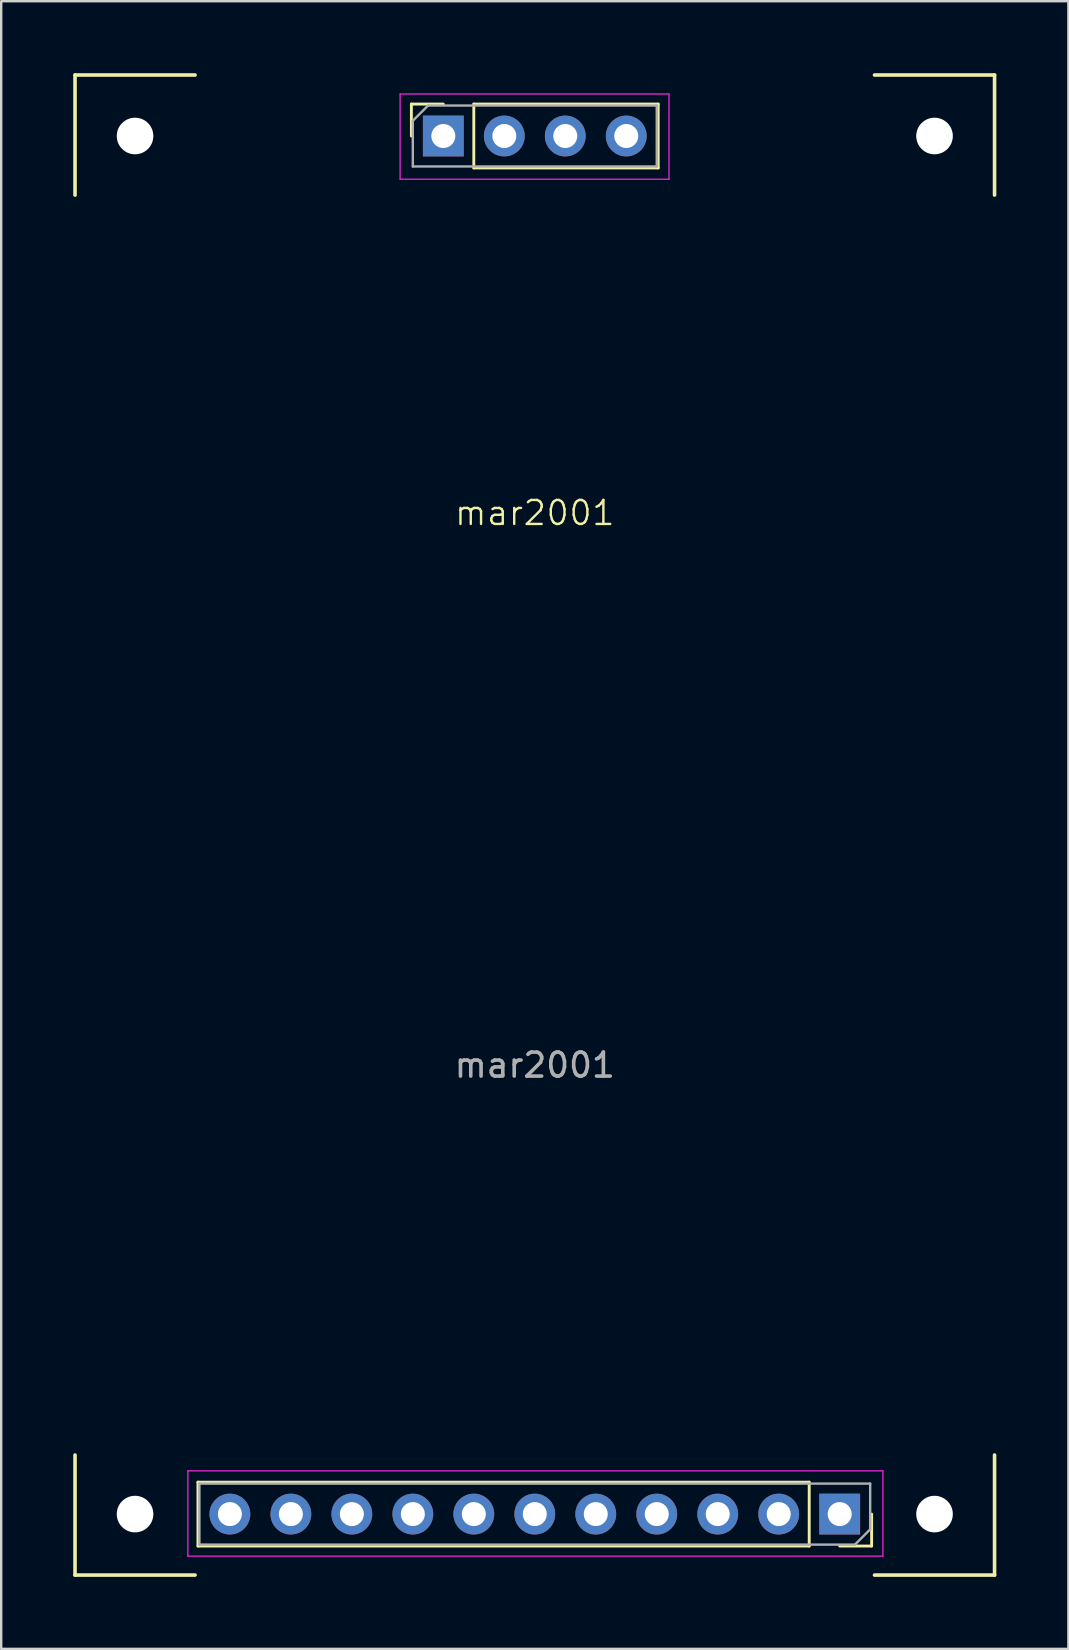
<source format=kicad_pcb>
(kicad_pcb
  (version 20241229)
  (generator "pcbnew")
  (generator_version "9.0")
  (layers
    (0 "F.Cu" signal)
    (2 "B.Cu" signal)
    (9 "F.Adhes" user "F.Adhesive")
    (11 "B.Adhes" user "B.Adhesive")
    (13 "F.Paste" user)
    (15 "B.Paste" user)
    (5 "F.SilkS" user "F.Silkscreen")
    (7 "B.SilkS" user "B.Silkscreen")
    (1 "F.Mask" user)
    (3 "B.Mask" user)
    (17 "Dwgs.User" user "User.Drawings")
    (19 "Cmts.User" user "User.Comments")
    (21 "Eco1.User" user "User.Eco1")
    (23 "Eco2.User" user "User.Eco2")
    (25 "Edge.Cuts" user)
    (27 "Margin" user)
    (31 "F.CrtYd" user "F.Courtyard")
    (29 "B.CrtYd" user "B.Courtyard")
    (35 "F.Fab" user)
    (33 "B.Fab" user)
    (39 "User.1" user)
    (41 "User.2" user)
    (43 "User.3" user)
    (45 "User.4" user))
  (footprint "mar2001"
    (layer "F.Cu")
    (at 19.225 31.315)
    (property "Reference" "mar2001" (at 0 -13 0) (unlocked yes) (layer "F.SilkS") (effects (font (size 1 1) (thickness 0.1))))
    (attr through_hole)
    (fp_line (start -19.15 -31.24) (end -19.15 -26.24) (stroke (width 0.15) (type default)) (layer "F.SilkS"))
    (fp_line (start -19.15 -31.24) (end -14.15 -31.24) (stroke (width 0.15) (type default)) (layer "F.SilkS"))
    (fp_line (start -19.15 31.24) (end -19.15 26.24) (stroke (width 0.15) (type default)) (layer "F.SilkS"))
    (fp_line (start -19.15 31.24) (end -14.15 31.24) (stroke (width 0.15) (type default)) (layer "F.SilkS"))
    (fp_line (start -14.03 27.37) (end -14.03 30.03) (stroke (width 0.12) (type solid)) (layer "F.SilkS"))
    (fp_line (start -5.14 -30.03) (end -3.81 -30.03) (stroke (width 0.12) (type solid)) (layer "F.SilkS"))
    (fp_line (start -5.14 -28.7) (end -5.14 -30.03) (stroke (width 0.12) (type solid)) (layer "F.SilkS"))
    (fp_line (start -2.54 -30.03) (end 5.14 -30.03) (stroke (width 0.12) (type solid)) (layer "F.SilkS"))
    (fp_line (start -2.54 -27.37) (end -2.54 -30.03) (stroke (width 0.12) (type solid)) (layer "F.SilkS"))
    (fp_line (start -2.54 -27.37) (end 5.14 -27.37) (stroke (width 0.12) (type solid)) (layer "F.SilkS"))
    (fp_line (start 5.14 -27.37) (end 5.14 -30.03) (stroke (width 0.12) (type solid)) (layer "F.SilkS"))
    (fp_line (start 11.43 27.37) (end -14.03 27.37) (stroke (width 0.12) (type solid)) (layer "F.SilkS"))
    (fp_line (start 11.43 27.37) (end 11.43 30.03) (stroke (width 0.12) (type solid)) (layer "F.SilkS"))
    (fp_line (start 11.43 30.03) (end -14.03 30.03) (stroke (width 0.12) (type solid)) (layer "F.SilkS"))
    (fp_line (start 14.03 28.7) (end 14.03 30.03) (stroke (width 0.12) (type solid)) (layer "F.SilkS"))
    (fp_line (start 14.03 30.03) (end 12.7 30.03) (stroke (width 0.12) (type solid)) (layer "F.SilkS"))
    (fp_line (start 19.15 -31.24) (end 14.15 -31.24) (stroke (width 0.15) (type default)) (layer "F.SilkS"))
    (fp_line (start 19.15 -31.24) (end 19.15 -26.24) (stroke (width 0.15) (type default)) (layer "F.SilkS"))
    (fp_line (start 19.15 31.24) (end 14.15 31.24) (stroke (width 0.15) (type default)) (layer "F.SilkS"))
    (fp_line (start 19.15 31.24) (end 19.15 26.24) (stroke (width 0.15) (type default)) (layer "F.SilkS"))
    (fp_line (start -14.45 26.9) (end 14.5 26.9) (stroke (width 0.05) (type solid)) (layer "F.CrtYd"))
    (fp_line (start -14.45 30.45) (end -14.45 26.9) (stroke (width 0.05) (type solid)) (layer "F.CrtYd"))
    (fp_line (start -5.61 -30.45) (end 5.59 -30.45) (stroke (width 0.05) (type solid)) (layer "F.CrtYd"))
    (fp_line (start -5.61 -26.9) (end -5.61 -30.45) (stroke (width 0.05) (type solid)) (layer "F.CrtYd"))
    (fp_line (start 5.59 -30.45) (end 5.59 -26.9) (stroke (width 0.05) (type solid)) (layer "F.CrtYd"))
    (fp_line (start 5.59 -26.9) (end -5.61 -26.9) (stroke (width 0.05) (type solid)) (layer "F.CrtYd"))
    (fp_line (start 14.5 26.9) (end 14.5 30.45) (stroke (width 0.05) (type solid)) (layer "F.CrtYd"))
    (fp_line (start 14.5 30.45) (end -14.45 30.45) (stroke (width 0.05) (type solid)) (layer "F.CrtYd"))
    (fp_line (start -13.97 27.43) (end 13.97 27.43) (stroke (width 0.1) (type solid)) (layer "F.Fab"))
    (fp_line (start -13.97 29.97) (end -13.97 27.43) (stroke (width 0.1) (type solid)) (layer "F.Fab"))
    (fp_line (start -5.08 -29.335) (end -4.445 -29.97) (stroke (width 0.1) (type solid)) (layer "F.Fab"))
    (fp_line (start -5.08 -27.43) (end -5.08 -29.335) (stroke (width 0.1) (type solid)) (layer "F.Fab"))
    (fp_line (start -4.445 -29.97) (end 5.08 -29.97) (stroke (width 0.1) (type solid)) (layer "F.Fab"))
    (fp_line (start 5.08 -29.97) (end 5.08 -27.43) (stroke (width 0.1) (type solid)) (layer "F.Fab"))
    (fp_line (start 5.08 -27.43) (end -5.08 -27.43) (stroke (width 0.1) (type solid)) (layer "F.Fab"))
    (fp_line (start 13.335 29.97) (end -13.97 29.97) (stroke (width 0.1) (type solid)) (layer "F.Fab"))
    (fp_line (start 13.97 27.43) (end 13.97 29.335) (stroke (width 0.1) (type solid)) (layer "F.Fab"))
    (fp_line (start 13.97 29.335) (end 13.335 29.97) (stroke (width 0.1) (type solid)) (layer "F.Fab"))
    (fp_text user "${REFERENCE}" (at 0 10 0) (unlocked yes) (layer "F.Fab") (effects (font (size 1 1) (thickness 0.15))))
    (pad "" np_thru_hole circle (at -16.65 -28.7) (size 1.524 1.524) (drill 3.2) (layers "*.Cu" "*.Mask"))
    (pad "" np_thru_hole circle (at -16.65 28.7) (size 1.524 1.524) (drill 3.2) (layers "*.Cu" "*.Mask"))
    (pad "" np_thru_hole circle (at 16.65 -28.7) (size 1.524 1.524) (drill 3.2) (layers "*.Cu" "*.Mask"))
    (pad "" np_thru_hole circle (at 16.65 28.7) (size 1.524 1.524) (drill 3.2) (layers "*.Cu" "*.Mask"))
    (pad "1" thru_hole rect (at 12.7 28.7 270) (size 1.7 1.7) (drill 1) (layers "*.Cu" "*.Mask"))
    (pad "2" thru_hole oval (at 10.16 28.7 270) (size 1.7 1.7) (drill 1) (layers "*.Cu" "*.Mask"))
    (pad "3" thru_hole oval (at 7.62 28.7 270) (size 1.7 1.7) (drill 1) (layers "*.Cu" "*.Mask"))
    (pad "4" thru_hole oval (at 5.08 28.7 270) (size 1.7 1.7) (drill 1) (layers "*.Cu" "*.Mask"))
    (pad "5" thru_hole oval (at 2.54 28.7 270) (size 1.7 1.7) (drill 1) (layers "*.Cu" "*.Mask"))
    (pad "6" thru_hole oval (at 0 28.7 270) (size 1.7 1.7) (drill 1) (layers "*.Cu" "*.Mask"))
    (pad "7" thru_hole oval (at -2.54 28.7 270) (size 1.7 1.7) (drill 1) (layers "*.Cu" "*.Mask"))
    (pad "8" thru_hole oval (at -5.08 28.7 270) (size 1.7 1.7) (drill 1) (layers "*.Cu" "*.Mask"))
    (pad "9" thru_hole oval (at -7.62 28.7 270) (size 1.7 1.7) (drill 1) (layers "*.Cu" "*.Mask"))
    (pad "10" thru_hole oval (at -10.16 28.7 270) (size 1.7 1.7) (drill 1) (layers "*.Cu" "*.Mask"))
    (pad "11" thru_hole oval (at -12.7 28.7 270) (size 1.7 1.7) (drill 1) (layers "*.Cu" "*.Mask"))
    (pad "101" thru_hole rect (at -3.81 -28.7 90) (size 1.7 1.7) (drill 1) (layers "*.Cu" "*.Mask"))
    (pad "102" thru_hole oval (at -1.27 -28.7 90) (size 1.7 1.7) (drill 1) (layers "*.Cu" "*.Mask"))
    (pad "103" thru_hole oval (at 1.27 -28.7 90) (size 1.7 1.7) (drill 1) (layers "*.Cu" "*.Mask"))
    (pad "104" thru_hole oval (at 3.81 -28.7 90) (size 1.7 1.7) (drill 1) (layers "*.Cu" "*.Mask")))
  (gr_rect
    (start -3 -3)
    (end 41.45 65.63)
    (stroke (width 0.1) (type default))
    (fill no)
    (layer "Edge.Cuts")))
</source>
